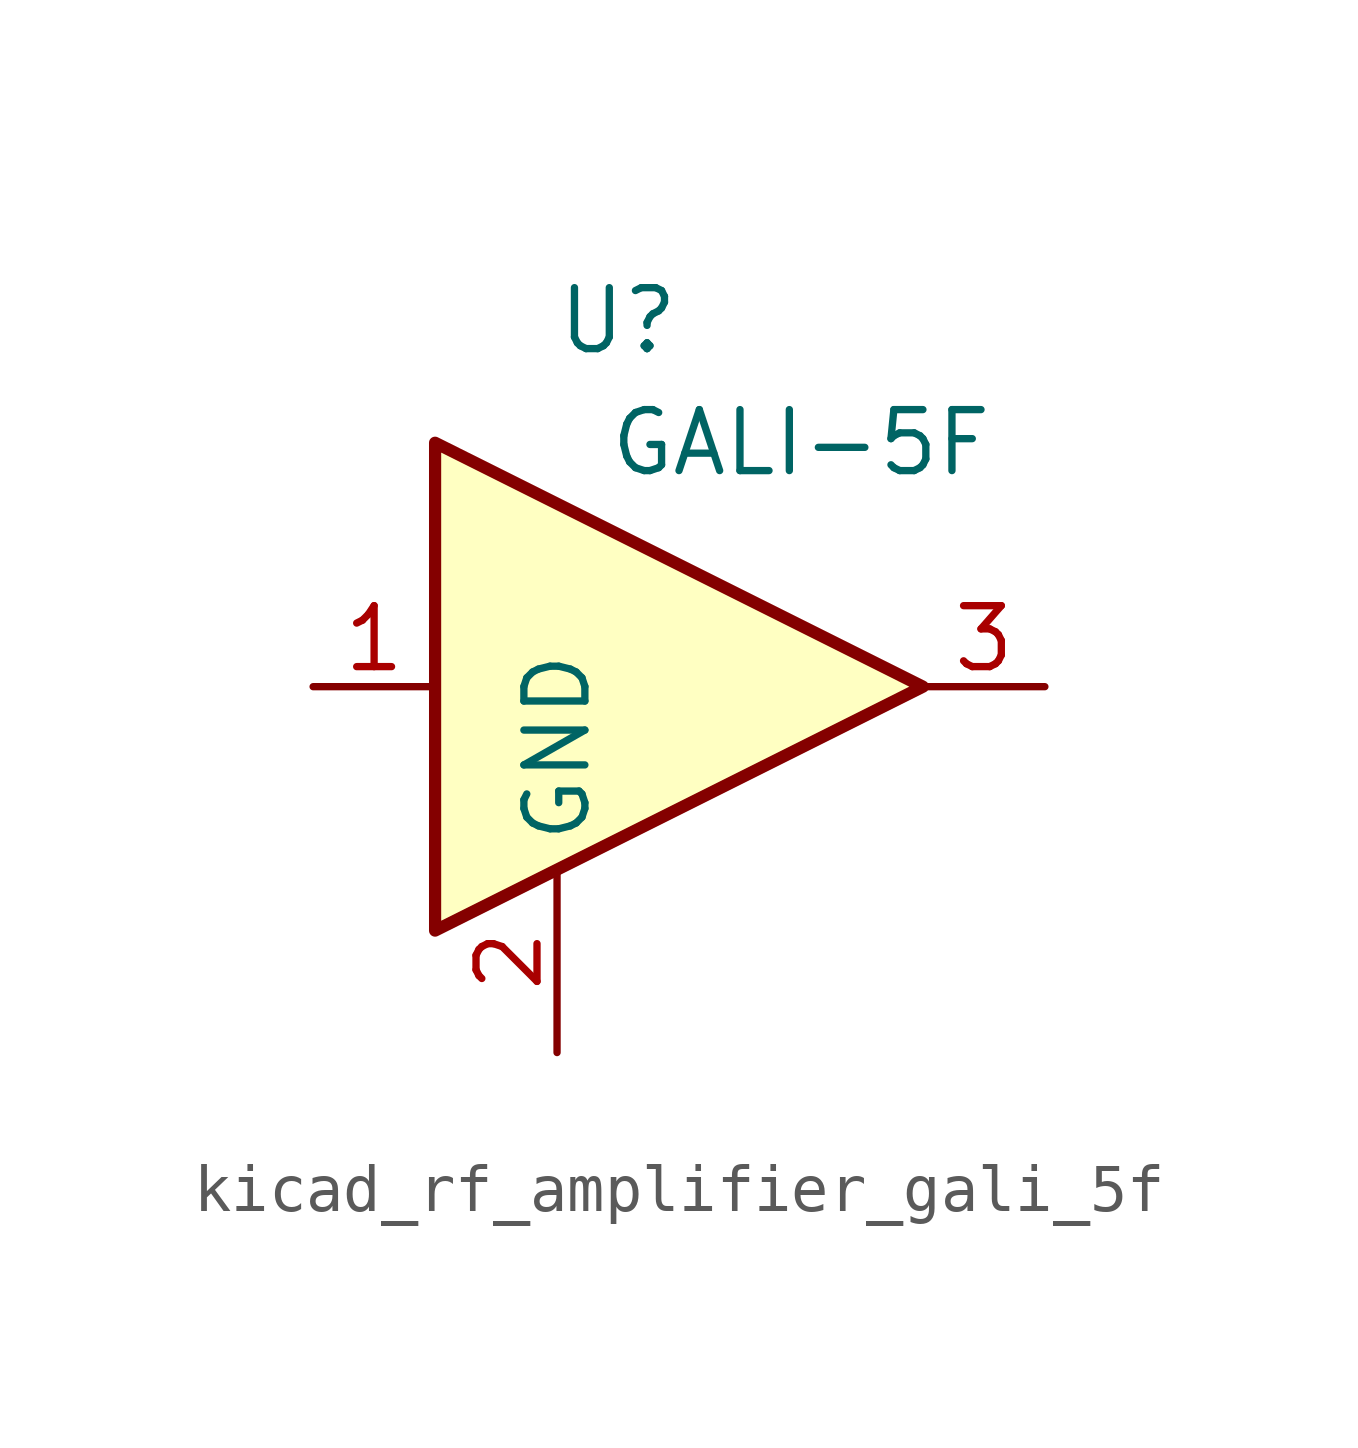
<source format=kicad_sym>
(kicad_symbol_lib
  (version 20220914)
  (generator kicad_symbol_editor)
  (symbol "kicad_rf_amplifier_gali_5f"
    (property "Reference" "U"
      (at -1.27 7.62 0)
      (effects (font (size 1.27 1.27))))
    (property "Value" "GALI-5F"
      (at 2.54 5.08 0)
      (effects (font (size 1.27 1.27))))
    (symbol "kicad_rf_amplifier_gali_5f_0_1"
      (polyline (pts (xy 5.08 0) (xy -5.08 5.08) (xy -5.08 -5.08) (xy 5.08 0)) (stroke (width 0.254) (type default)) (fill (type background))))
    (symbol "kicad_rf_amplifier_gali_5f_1_1"
      (pin input line (at -7.62 0 0) (length 2.54) (name "~" (effects (font (size 1.27 1.27)))) (number "1" (effects (font (size 1.27 1.27)))))
      (pin power_in line (at -2.54 -7.62 90) (length 3.81) (name "GND" (effects (font (size 1.27 1.27)))) (number "2" (effects (font (size 1.27 1.27)))))
      (pin output line (at 7.62 0 180) (length 2.54) (name "~" (effects (font (size 1.27 1.27)))) (number "3" (effects (font (size 1.27 1.27))))))))
</source>
